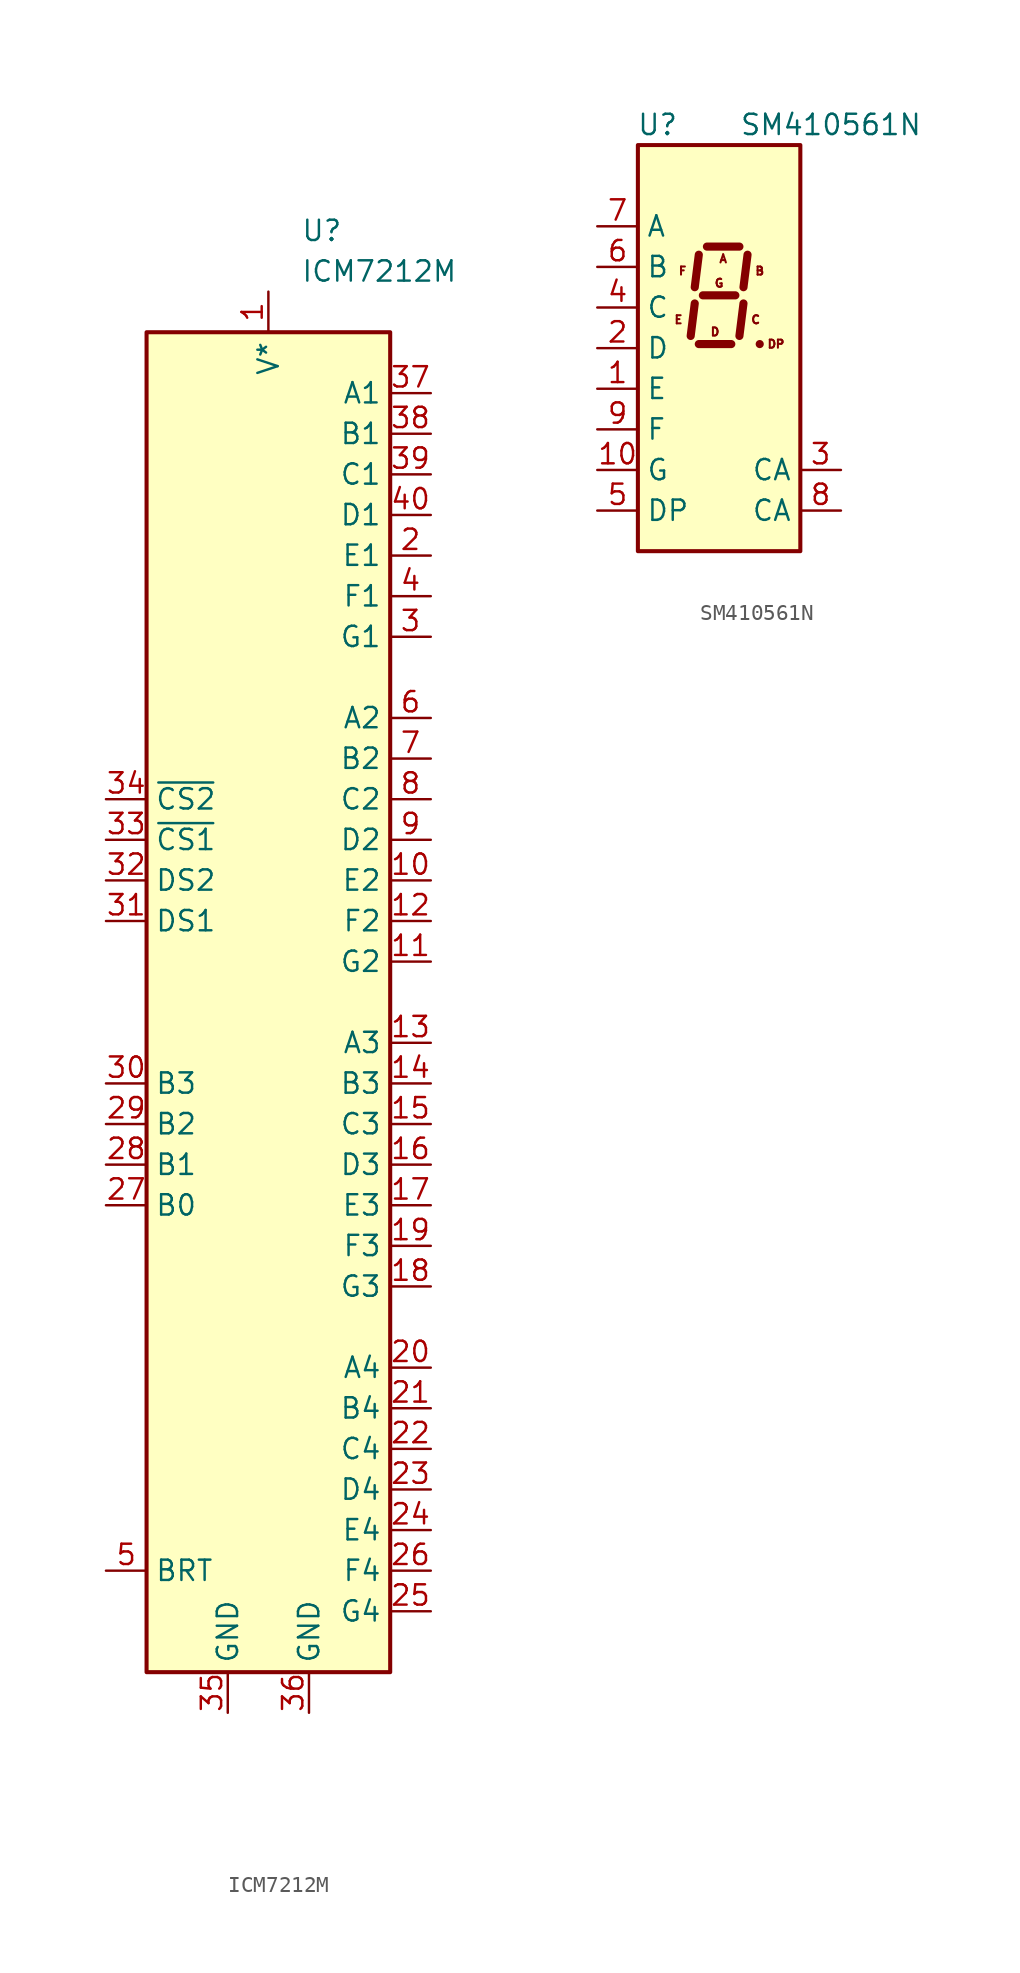
<source format=kicad_sym>
(kicad_symbol_lib
  (version 20241209)
  (generator "kicad_symbol_editor")
  (generator_version "9.0")
  (symbol "ICM7212M"
    (property "Reference" "U"
      (at 2.032 48.26 0)
      (effects (font (size 1.27 1.27)) (justify left)))
    (property "Value" "ICM7212M"
      (at 2.032 45.72 0)
      (effects (font (size 1.27 1.27)) (justify left)))
    (symbol "ICM7212M_0_1"
      (rectangle (start -7.62 41.91) (end 7.62 -41.91) (stroke (width 0.254) (type default)) (fill (type background))))
    (symbol "ICM7212M_1_0"
      (pin input line (at -10.16 12.7 0) (length 2.54) (name "~{CS2}" (effects (font (size 1.27 1.27)))) (number "34" (effects (font (size 1.27 1.27)))))
      (pin input line (at -10.16 10.16 0) (length 2.54) (name "~{CS1}" (effects (font (size 1.27 1.27)))) (number "33" (effects (font (size 1.27 1.27)))))
      (pin input line (at -10.16 7.62 0) (length 2.54) (name "DS2" (effects (font (size 1.27 1.27)))) (number "32" (effects (font (size 1.27 1.27)))))
      (pin input line (at -10.16 5.08 0) (length 2.54) (name "DS1" (effects (font (size 1.27 1.27)))) (number "31" (effects (font (size 1.27 1.27)))))
      (pin input line (at -10.16 -5.08 0) (length 2.54) (name "B3" (effects (font (size 1.27 1.27)))) (number "30" (effects (font (size 1.27 1.27)))))
      (pin input line (at -10.16 -7.62 0) (length 2.54) (name "B2" (effects (font (size 1.27 1.27)))) (number "29" (effects (font (size 1.27 1.27)))))
      (pin input line (at -10.16 -10.16 0) (length 2.54) (name "B1" (effects (font (size 1.27 1.27)))) (number "28" (effects (font (size 1.27 1.27)))))
      (pin input line (at -10.16 -12.7 0) (length 2.54) (name "B0" (effects (font (size 1.27 1.27)))) (number "27" (effects (font (size 1.27 1.27)))))
      (pin input line (at -10.16 -35.56 0) (length 2.54) (name "BRT" (effects (font (size 1.27 1.27)))) (number "5" (effects (font (size 1.27 1.27)))))
      (pin power_in line (at -2.54 -44.45 90) (length 2.54) (name "GND" (effects (font (size 1.27 1.27)))) (number "35" (effects (font (size 1.27 1.27)))))
      (pin output line (at 10.16 38.1 180) (length 2.54) (name "A1" (effects (font (size 1.27 1.27)))) (number "37" (effects (font (size 1.27 1.27)))))
      (pin output line (at 10.16 35.56 180) (length 2.54) (name "B1" (effects (font (size 1.27 1.27)))) (number "38" (effects (font (size 1.27 1.27)))))
      (pin output line (at 10.16 33.02 180) (length 2.54) (name "C1" (effects (font (size 1.27 1.27)))) (number "39" (effects (font (size 1.27 1.27)))))
      (pin output line (at 10.16 30.48 180) (length 2.54) (name "D1" (effects (font (size 1.27 1.27)))) (number "40" (effects (font (size 1.27 1.27)))))
      (pin output line (at 10.16 27.94 180) (length 2.54) (name "E1" (effects (font (size 1.27 1.27)))) (number "2" (effects (font (size 1.27 1.27)))))
      (pin output line (at 10.16 25.4 180) (length 2.54) (name "F1" (effects (font (size 1.27 1.27)))) (number "4" (effects (font (size 1.27 1.27)))))
      (pin output line (at 10.16 22.86 180) (length 2.54) (name "G1" (effects (font (size 1.27 1.27)))) (number "3" (effects (font (size 1.27 1.27)))))
      (pin output line (at 10.16 17.78 180) (length 2.54) (name "A2" (effects (font (size 1.27 1.27)))) (number "6" (effects (font (size 1.27 1.27)))))
      (pin output line (at 10.16 15.24 180) (length 2.54) (name "B2" (effects (font (size 1.27 1.27)))) (number "7" (effects (font (size 1.27 1.27)))))
      (pin output line (at 10.16 12.7 180) (length 2.54) (name "C2" (effects (font (size 1.27 1.27)))) (number "8" (effects (font (size 1.27 1.27)))))
      (pin output line (at 10.16 10.16 180) (length 2.54) (name "D2" (effects (font (size 1.27 1.27)))) (number "9" (effects (font (size 1.27 1.27)))))
      (pin output line (at 10.16 7.62 180) (length 2.54) (name "E2" (effects (font (size 1.27 1.27)))) (number "10" (effects (font (size 1.27 1.27)))))
      (pin output line (at 10.16 5.08 180) (length 2.54) (name "F2" (effects (font (size 1.27 1.27)))) (number "12" (effects (font (size 1.27 1.27)))))
      (pin output line (at 10.16 2.54 180) (length 2.54) (name "G2" (effects (font (size 1.27 1.27)))) (number "11" (effects (font (size 1.27 1.27)))))
      (pin output line (at 10.16 -2.54 180) (length 2.54) (name "A3" (effects (font (size 1.27 1.27)))) (number "13" (effects (font (size 1.27 1.27)))))
      (pin output line (at 10.16 -5.08 180) (length 2.54) (name "B3" (effects (font (size 1.27 1.27)))) (number "14" (effects (font (size 1.27 1.27)))))
      (pin output line (at 10.16 -7.62 180) (length 2.54) (name "C3" (effects (font (size 1.27 1.27)))) (number "15" (effects (font (size 1.27 1.27)))))
      (pin output line (at 10.16 -10.16 180) (length 2.54) (name "D3" (effects (font (size 1.27 1.27)))) (number "16" (effects (font (size 1.27 1.27)))))
      (pin output line (at 10.16 -12.7 180) (length 2.54) (name "E3" (effects (font (size 1.27 1.27)))) (number "17" (effects (font (size 1.27 1.27)))))
      (pin output line (at 10.16 -15.24 180) (length 2.54) (name "F3" (effects (font (size 1.27 1.27)))) (number "19" (effects (font (size 1.27 1.27)))))
      (pin output line (at 10.16 -17.78 180) (length 2.54) (name "G3" (effects (font (size 1.27 1.27)))) (number "18" (effects (font (size 1.27 1.27)))))
      (pin output line (at 10.16 -22.86 180) (length 2.54) (name "A4" (effects (font (size 1.27 1.27)))) (number "20" (effects (font (size 1.27 1.27)))))
      (pin output line (at 10.16 -25.4 180) (length 2.54) (name "B4" (effects (font (size 1.27 1.27)))) (number "21" (effects (font (size 1.27 1.27)))))
      (pin output line (at 10.16 -27.94 180) (length 2.54) (name "C4" (effects (font (size 1.27 1.27)))) (number "22" (effects (font (size 1.27 1.27)))))
      (pin output line (at 10.16 -30.48 180) (length 2.54) (name "D4" (effects (font (size 1.27 1.27)))) (number "23" (effects (font (size 1.27 1.27)))))
      (pin output line (at 10.16 -33.02 180) (length 2.54) (name "E4" (effects (font (size 1.27 1.27)))) (number "24" (effects (font (size 1.27 1.27)))))
      (pin output line (at 10.16 -35.56 180) (length 2.54) (name "F4" (effects (font (size 1.27 1.27)))) (number "26" (effects (font (size 1.27 1.27)))))
      (pin output line (at 10.16 -38.1 180) (length 2.54) (name "G4" (effects (font (size 1.27 1.27)))) (number "25" (effects (font (size 1.27 1.27))))))
    (symbol "ICM7212M_1_1"
      (pin power_in line (at 0 44.45 270) (length 2.54) (name "V*" (effects (font (size 1.27 1.27)))) (number "1" (effects (font (size 1.27 1.27)))))
      (pin power_in line (at 2.54 -44.45 90) (length 2.54) (name "GND" (effects (font (size 1.27 1.27)))) (number "36" (effects (font (size 1.27 1.27)))))))
  (symbol "SM410561N"
    (property "Reference" "U"
      (at -2.54 13.97 0)
      (effects (font (size 1.27 1.27)) (justify right)))
    (property "Value" "SM410561N"
      (at 1.27 13.97 0)
      (effects (font (size 1.27 1.27)) (justify left)))
    (symbol "SM410561N_0_0"
      (text "E" (at -2.54 1.778 0) (effects (font (size 0.508 0.508))))
      (text "F" (at -2.286 4.826 0) (effects (font (size 0.508 0.508))))
      (text "D" (at -0.254 1.016 0) (effects (font (size 0.508 0.508))))
      (text "G" (at 0 4.064 0) (effects (font (size 0.508 0.508))))
      (text "A" (at 0.254 5.588 0) (effects (font (size 0.508 0.508))))
      (text "C" (at 2.286 1.778 0) (effects (font (size 0.508 0.508))))
      (text "B" (at 2.54 4.826 0) (effects (font (size 0.508 0.508))))
      (text "DP" (at 3.556 0.254 0) (effects (font (size 0.508 0.508)))))
    (symbol "SM410561N_0_1"
      (rectangle (start -5.08 12.7) (end 5.08 -12.7) (stroke (width 0.254) (type default)) (fill (type background)))
      (polyline (pts (xy -1.524 2.794) (xy -1.778 0.762)) (stroke (width 0.508) (type default)) (fill (type none)))
      (polyline (pts (xy -1.27 5.842) (xy -1.524 3.81)) (stroke (width 0.508) (type default)) (fill (type none)))
      (polyline (pts (xy -1.27 0.254) (xy 0.762 0.254)) (stroke (width 0.508) (type default)) (fill (type none)))
      (polyline (pts (xy -1.016 3.302) (xy 1.016 3.302)) (stroke (width 0.508) (type default)) (fill (type none)))
      (polyline (pts (xy -0.762 6.35) (xy 1.27 6.35)) (stroke (width 0.508) (type default)) (fill (type none)))
      (polyline (pts (xy 1.524 2.794) (xy 1.27 0.762)) (stroke (width 0.508) (type default)) (fill (type none)))
      (polyline (pts (xy 1.778 5.842) (xy 1.524 3.81)) (stroke (width 0.508) (type default)) (fill (type none)))
      (polyline (pts (xy 2.54 0.254) (xy 2.54 0.254)) (stroke (width 0.508) (type default)) (fill (type none))))
    (symbol "SM410561N_1_1"
      (pin input line (at -7.62 7.62 0) (length 2.54) (name "A" (effects (font (size 1.27 1.27)))) (number "7" (effects (font (size 1.27 1.27)))))
      (pin input line (at -7.62 5.08 0) (length 2.54) (name "B" (effects (font (size 1.27 1.27)))) (number "6" (effects (font (size 1.27 1.27)))))
      (pin input line (at -7.62 2.54 0) (length 2.54) (name "C" (effects (font (size 1.27 1.27)))) (number "4" (effects (font (size 1.27 1.27)))))
      (pin input line (at -7.62 0 0) (length 2.54) (name "D" (effects (font (size 1.27 1.27)))) (number "2" (effects (font (size 1.27 1.27)))))
      (pin input line (at -7.62 -2.54 0) (length 2.54) (name "E" (effects (font (size 1.27 1.27)))) (number "1" (effects (font (size 1.27 1.27)))))
      (pin input line (at -7.62 -5.08 0) (length 2.54) (name "F" (effects (font (size 1.27 1.27)))) (number "9" (effects (font (size 1.27 1.27)))))
      (pin input line (at -7.62 -7.62 0) (length 2.54) (name "G" (effects (font (size 1.27 1.27)))) (number "10" (effects (font (size 1.27 1.27)))))
      (pin input line (at -7.62 -10.16 0) (length 2.54) (name "DP" (effects (font (size 1.27 1.27)))) (number "5" (effects (font (size 1.27 1.27)))))
      (pin input line (at 7.62 -7.62 180) (length 2.54) (name "CA" (effects (font (size 1.27 1.27)))) (number "3" (effects (font (size 1.27 1.27)))))
      (pin input line (at 7.62 -10.16 180) (length 2.54) (name "CA" (effects (font (size 1.27 1.27)))) (number "8" (effects (font (size 1.27 1.27))))))))
</source>
